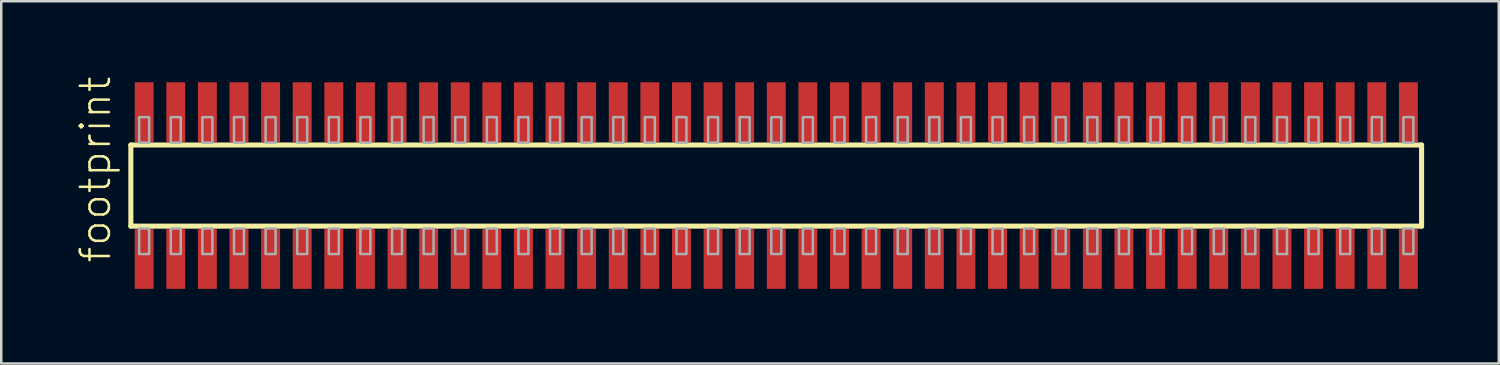
<source format=kicad_pcb>
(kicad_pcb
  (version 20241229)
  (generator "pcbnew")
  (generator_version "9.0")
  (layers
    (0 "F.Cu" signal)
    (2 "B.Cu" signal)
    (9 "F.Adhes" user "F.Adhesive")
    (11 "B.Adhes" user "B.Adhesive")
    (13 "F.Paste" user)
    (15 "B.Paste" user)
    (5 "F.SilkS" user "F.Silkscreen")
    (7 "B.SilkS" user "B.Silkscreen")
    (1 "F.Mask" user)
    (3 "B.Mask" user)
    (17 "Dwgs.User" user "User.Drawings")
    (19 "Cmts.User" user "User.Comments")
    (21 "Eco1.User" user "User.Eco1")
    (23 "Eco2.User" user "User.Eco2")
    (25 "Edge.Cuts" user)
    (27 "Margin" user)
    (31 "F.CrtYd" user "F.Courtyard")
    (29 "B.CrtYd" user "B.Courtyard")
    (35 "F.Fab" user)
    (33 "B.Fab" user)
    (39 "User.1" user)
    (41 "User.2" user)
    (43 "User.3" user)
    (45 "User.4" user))
  (footprint "footprint"
    (layer "F.Cu")
    (at 28.143 4.407)
    (property "Reference" "footprint" (at -26.67 3.175 90) (layer "F.SilkS") (effects (font (size 1.168 1.168) (thickness 0.102)) (justify left bottom)))
    (fp_line (start -25.935 -1.63) (end 25.93 -1.63) (stroke (width 0.203) (type solid)) (layer "F.SilkS"))
    (fp_line (start -25.935 1.63) (end -25.935 -1.63) (stroke (width 0.203) (type solid)) (layer "F.SilkS"))
    (fp_line (start 25.93 -1.63) (end 25.93 1.63) (stroke (width 0.203) (type solid)) (layer "F.SilkS"))
    (fp_line (start 25.93 1.63) (end -25.935 1.63) (stroke (width 0.203) (type solid)) (layer "F.SilkS"))
    (fp_poly (pts (xy -25.6 -1.725) (xy -25.2 -1.725) (xy -25.2 -2.75) (xy -25.6 -2.75)) (stroke (width 0.1) (type solid)) (fill no) (layer "F.Fab"))
    (fp_poly (pts (xy -25.2 1.725) (xy -25.6 1.725) (xy -25.6 2.75) (xy -25.2 2.75)) (stroke (width 0.1) (type solid)) (fill no) (layer "F.Fab"))
    (fp_poly (pts (xy -24.33 -1.725) (xy -23.93 -1.725) (xy -23.93 -2.75) (xy -24.33 -2.75)) (stroke (width 0.1) (type solid)) (fill no) (layer "F.Fab"))
    (fp_poly (pts (xy -23.93 1.725) (xy -24.33 1.725) (xy -24.33 2.75) (xy -23.93 2.75)) (stroke (width 0.1) (type solid)) (fill no) (layer "F.Fab"))
    (fp_poly (pts (xy -23.06 -1.725) (xy -22.66 -1.725) (xy -22.66 -2.75) (xy -23.06 -2.75)) (stroke (width 0.1) (type solid)) (fill no) (layer "F.Fab"))
    (fp_poly (pts (xy -22.66 1.725) (xy -23.06 1.725) (xy -23.06 2.75) (xy -22.66 2.75)) (stroke (width 0.1) (type solid)) (fill no) (layer "F.Fab"))
    (fp_poly (pts (xy -21.79 -1.725) (xy -21.39 -1.725) (xy -21.39 -2.75) (xy -21.79 -2.75)) (stroke (width 0.1) (type solid)) (fill no) (layer "F.Fab"))
    (fp_poly (pts (xy -21.39 1.725) (xy -21.79 1.725) (xy -21.79 2.75) (xy -21.39 2.75)) (stroke (width 0.1) (type solid)) (fill no) (layer "F.Fab"))
    (fp_poly (pts (xy -20.52 -1.725) (xy -20.12 -1.725) (xy -20.12 -2.75) (xy -20.52 -2.75)) (stroke (width 0.1) (type solid)) (fill no) (layer "F.Fab"))
    (fp_poly (pts (xy -20.12 1.725) (xy -20.52 1.725) (xy -20.52 2.75) (xy -20.12 2.75)) (stroke (width 0.1) (type solid)) (fill no) (layer "F.Fab"))
    (fp_poly (pts (xy -19.25 -1.725) (xy -18.85 -1.725) (xy -18.85 -2.75) (xy -19.25 -2.75)) (stroke (width 0.1) (type solid)) (fill no) (layer "F.Fab"))
    (fp_poly (pts (xy -18.85 1.725) (xy -19.25 1.725) (xy -19.25 2.75) (xy -18.85 2.75)) (stroke (width 0.1) (type solid)) (fill no) (layer "F.Fab"))
    (fp_poly (pts (xy -17.98 -1.725) (xy -17.58 -1.725) (xy -17.58 -2.75) (xy -17.98 -2.75)) (stroke (width 0.1) (type solid)) (fill no) (layer "F.Fab"))
    (fp_poly (pts (xy -17.58 1.725) (xy -17.98 1.725) (xy -17.98 2.75) (xy -17.58 2.75)) (stroke (width 0.1) (type solid)) (fill no) (layer "F.Fab"))
    (fp_poly (pts (xy -16.71 -1.725) (xy -16.31 -1.725) (xy -16.31 -2.75) (xy -16.71 -2.75)) (stroke (width 0.1) (type solid)) (fill no) (layer "F.Fab"))
    (fp_poly (pts (xy -16.31 1.725) (xy -16.71 1.725) (xy -16.71 2.75) (xy -16.31 2.75)) (stroke (width 0.1) (type solid)) (fill no) (layer "F.Fab"))
    (fp_poly (pts (xy -15.44 -1.725) (xy -15.04 -1.725) (xy -15.04 -2.75) (xy -15.44 -2.75)) (stroke (width 0.1) (type solid)) (fill no) (layer "F.Fab"))
    (fp_poly (pts (xy -15.04 1.725) (xy -15.44 1.725) (xy -15.44 2.75) (xy -15.04 2.75)) (stroke (width 0.1) (type solid)) (fill no) (layer "F.Fab"))
    (fp_poly (pts (xy -14.17 -1.725) (xy -13.77 -1.725) (xy -13.77 -2.75) (xy -14.17 -2.75)) (stroke (width 0.1) (type solid)) (fill no) (layer "F.Fab"))
    (fp_poly (pts (xy -13.77 1.725) (xy -14.17 1.725) (xy -14.17 2.75) (xy -13.77 2.75)) (stroke (width 0.1) (type solid)) (fill no) (layer "F.Fab"))
    (fp_poly (pts (xy -12.9 -1.725) (xy -12.5 -1.725) (xy -12.5 -2.75) (xy -12.9 -2.75)) (stroke (width 0.1) (type solid)) (fill no) (layer "F.Fab"))
    (fp_poly (pts (xy -12.5 1.725) (xy -12.9 1.725) (xy -12.9 2.75) (xy -12.5 2.75)) (stroke (width 0.1) (type solid)) (fill no) (layer "F.Fab"))
    (fp_poly (pts (xy -11.63 -1.725) (xy -11.23 -1.725) (xy -11.23 -2.75) (xy -11.63 -2.75)) (stroke (width 0.1) (type solid)) (fill no) (layer "F.Fab"))
    (fp_poly (pts (xy -11.23 1.725) (xy -11.63 1.725) (xy -11.63 2.75) (xy -11.23 2.75)) (stroke (width 0.1) (type solid)) (fill no) (layer "F.Fab"))
    (fp_poly (pts (xy -10.36 -1.725) (xy -9.96 -1.725) (xy -9.96 -2.75) (xy -10.36 -2.75)) (stroke (width 0.1) (type solid)) (fill no) (layer "F.Fab"))
    (fp_poly (pts (xy -9.96 1.725) (xy -10.36 1.725) (xy -10.36 2.75) (xy -9.96 2.75)) (stroke (width 0.1) (type solid)) (fill no) (layer "F.Fab"))
    (fp_poly (pts (xy -9.09 -1.725) (xy -8.69 -1.725) (xy -8.69 -2.75) (xy -9.09 -2.75)) (stroke (width 0.1) (type solid)) (fill no) (layer "F.Fab"))
    (fp_poly (pts (xy -8.69 1.725) (xy -9.09 1.725) (xy -9.09 2.75) (xy -8.69 2.75)) (stroke (width 0.1) (type solid)) (fill no) (layer "F.Fab"))
    (fp_poly (pts (xy -7.82 -1.725) (xy -7.42 -1.725) (xy -7.42 -2.75) (xy -7.82 -2.75)) (stroke (width 0.1) (type solid)) (fill no) (layer "F.Fab"))
    (fp_poly (pts (xy -7.42 1.725) (xy -7.82 1.725) (xy -7.82 2.75) (xy -7.42 2.75)) (stroke (width 0.1) (type solid)) (fill no) (layer "F.Fab"))
    (fp_poly (pts (xy -6.55 -1.725) (xy -6.15 -1.725) (xy -6.15 -2.75) (xy -6.55 -2.75)) (stroke (width 0.1) (type solid)) (fill no) (layer "F.Fab"))
    (fp_poly (pts (xy -6.15 1.725) (xy -6.55 1.725) (xy -6.55 2.75) (xy -6.15 2.75)) (stroke (width 0.1) (type solid)) (fill no) (layer "F.Fab"))
    (fp_poly (pts (xy -5.28 -1.725) (xy -4.88 -1.725) (xy -4.88 -2.75) (xy -5.28 -2.75)) (stroke (width 0.1) (type solid)) (fill no) (layer "F.Fab"))
    (fp_poly (pts (xy -4.88 1.725) (xy -5.28 1.725) (xy -5.28 2.75) (xy -4.88 2.75)) (stroke (width 0.1) (type solid)) (fill no) (layer "F.Fab"))
    (fp_poly (pts (xy -4.01 -1.725) (xy -3.61 -1.725) (xy -3.61 -2.75) (xy -4.01 -2.75)) (stroke (width 0.1) (type solid)) (fill no) (layer "F.Fab"))
    (fp_poly (pts (xy -3.61 1.725) (xy -4.01 1.725) (xy -4.01 2.75) (xy -3.61 2.75)) (stroke (width 0.1) (type solid)) (fill no) (layer "F.Fab"))
    (fp_poly (pts (xy -2.74 -1.725) (xy -2.34 -1.725) (xy -2.34 -2.75) (xy -2.74 -2.75)) (stroke (width 0.1) (type solid)) (fill no) (layer "F.Fab"))
    (fp_poly (pts (xy -2.34 1.725) (xy -2.74 1.725) (xy -2.74 2.75) (xy -2.34 2.75)) (stroke (width 0.1) (type solid)) (fill no) (layer "F.Fab"))
    (fp_poly (pts (xy -1.47 -1.725) (xy -1.07 -1.725) (xy -1.07 -2.75) (xy -1.47 -2.75)) (stroke (width 0.1) (type solid)) (fill no) (layer "F.Fab"))
    (fp_poly (pts (xy -1.07 1.725) (xy -1.47 1.725) (xy -1.47 2.75) (xy -1.07 2.75)) (stroke (width 0.1) (type solid)) (fill no) (layer "F.Fab"))
    (fp_poly (pts (xy -0.2 -1.725) (xy 0.2 -1.725) (xy 0.2 -2.75) (xy -0.2 -2.75)) (stroke (width 0.1) (type solid)) (fill no) (layer "F.Fab"))
    (fp_poly (pts (xy 0.2 1.725) (xy -0.2 1.725) (xy -0.2 2.75) (xy 0.2 2.75)) (stroke (width 0.1) (type solid)) (fill no) (layer "F.Fab"))
    (fp_poly (pts (xy 1.07 -1.725) (xy 1.47 -1.725) (xy 1.47 -2.75) (xy 1.07 -2.75)) (stroke (width 0.1) (type solid)) (fill no) (layer "F.Fab"))
    (fp_poly (pts (xy 1.47 1.725) (xy 1.07 1.725) (xy 1.07 2.75) (xy 1.47 2.75)) (stroke (width 0.1) (type solid)) (fill no) (layer "F.Fab"))
    (fp_poly (pts (xy 2.34 -1.725) (xy 2.74 -1.725) (xy 2.74 -2.75) (xy 2.34 -2.75)) (stroke (width 0.1) (type solid)) (fill no) (layer "F.Fab"))
    (fp_poly (pts (xy 2.74 1.725) (xy 2.34 1.725) (xy 2.34 2.75) (xy 2.74 2.75)) (stroke (width 0.1) (type solid)) (fill no) (layer "F.Fab"))
    (fp_poly (pts (xy 3.61 -1.725) (xy 4.01 -1.725) (xy 4.01 -2.75) (xy 3.61 -2.75)) (stroke (width 0.1) (type solid)) (fill no) (layer "F.Fab"))
    (fp_poly (pts (xy 4.01 1.725) (xy 3.61 1.725) (xy 3.61 2.75) (xy 4.01 2.75)) (stroke (width 0.1) (type solid)) (fill no) (layer "F.Fab"))
    (fp_poly (pts (xy 4.88 -1.725) (xy 5.28 -1.725) (xy 5.28 -2.75) (xy 4.88 -2.75)) (stroke (width 0.1) (type solid)) (fill no) (layer "F.Fab"))
    (fp_poly (pts (xy 5.28 1.725) (xy 4.88 1.725) (xy 4.88 2.75) (xy 5.28 2.75)) (stroke (width 0.1) (type solid)) (fill no) (layer "F.Fab"))
    (fp_poly (pts (xy 6.15 -1.725) (xy 6.55 -1.725) (xy 6.55 -2.75) (xy 6.15 -2.75)) (stroke (width 0.1) (type solid)) (fill no) (layer "F.Fab"))
    (fp_poly (pts (xy 6.55 1.725) (xy 6.15 1.725) (xy 6.15 2.75) (xy 6.55 2.75)) (stroke (width 0.1) (type solid)) (fill no) (layer "F.Fab"))
    (fp_poly (pts (xy 7.42 -1.725) (xy 7.82 -1.725) (xy 7.82 -2.75) (xy 7.42 -2.75)) (stroke (width 0.1) (type solid)) (fill no) (layer "F.Fab"))
    (fp_poly (pts (xy 7.82 1.725) (xy 7.42 1.725) (xy 7.42 2.75) (xy 7.82 2.75)) (stroke (width 0.1) (type solid)) (fill no) (layer "F.Fab"))
    (fp_poly (pts (xy 8.69 -1.725) (xy 9.09 -1.725) (xy 9.09 -2.75) (xy 8.69 -2.75)) (stroke (width 0.1) (type solid)) (fill no) (layer "F.Fab"))
    (fp_poly (pts (xy 9.09 1.725) (xy 8.69 1.725) (xy 8.69 2.75) (xy 9.09 2.75)) (stroke (width 0.1) (type solid)) (fill no) (layer "F.Fab"))
    (fp_poly (pts (xy 9.96 -1.725) (xy 10.36 -1.725) (xy 10.36 -2.75) (xy 9.96 -2.75)) (stroke (width 0.1) (type solid)) (fill no) (layer "F.Fab"))
    (fp_poly (pts (xy 10.36 1.725) (xy 9.96 1.725) (xy 9.96 2.75) (xy 10.36 2.75)) (stroke (width 0.1) (type solid)) (fill no) (layer "F.Fab"))
    (fp_poly (pts (xy 11.23 -1.725) (xy 11.63 -1.725) (xy 11.63 -2.75) (xy 11.23 -2.75)) (stroke (width 0.1) (type solid)) (fill no) (layer "F.Fab"))
    (fp_poly (pts (xy 11.63 1.725) (xy 11.23 1.725) (xy 11.23 2.75) (xy 11.63 2.75)) (stroke (width 0.1) (type solid)) (fill no) (layer "F.Fab"))
    (fp_poly (pts (xy 12.5 -1.725) (xy 12.9 -1.725) (xy 12.9 -2.75) (xy 12.5 -2.75)) (stroke (width 0.1) (type solid)) (fill no) (layer "F.Fab"))
    (fp_poly (pts (xy 12.9 1.725) (xy 12.5 1.725) (xy 12.5 2.75) (xy 12.9 2.75)) (stroke (width 0.1) (type solid)) (fill no) (layer "F.Fab"))
    (fp_poly (pts (xy 13.77 -1.725) (xy 14.17 -1.725) (xy 14.17 -2.75) (xy 13.77 -2.75)) (stroke (width 0.1) (type solid)) (fill no) (layer "F.Fab"))
    (fp_poly (pts (xy 14.17 1.725) (xy 13.77 1.725) (xy 13.77 2.75) (xy 14.17 2.75)) (stroke (width 0.1) (type solid)) (fill no) (layer "F.Fab"))
    (fp_poly (pts (xy 15.04 -1.725) (xy 15.44 -1.725) (xy 15.44 -2.75) (xy 15.04 -2.75)) (stroke (width 0.1) (type solid)) (fill no) (layer "F.Fab"))
    (fp_poly (pts (xy 15.44 1.725) (xy 15.04 1.725) (xy 15.04 2.75) (xy 15.44 2.75)) (stroke (width 0.1) (type solid)) (fill no) (layer "F.Fab"))
    (fp_poly (pts (xy 16.31 -1.725) (xy 16.71 -1.725) (xy 16.71 -2.75) (xy 16.31 -2.75)) (stroke (width 0.1) (type solid)) (fill no) (layer "F.Fab"))
    (fp_poly (pts (xy 16.71 1.725) (xy 16.31 1.725) (xy 16.31 2.75) (xy 16.71 2.75)) (stroke (width 0.1) (type solid)) (fill no) (layer "F.Fab"))
    (fp_poly (pts (xy 17.58 -1.725) (xy 17.98 -1.725) (xy 17.98 -2.75) (xy 17.58 -2.75)) (stroke (width 0.1) (type solid)) (fill no) (layer "F.Fab"))
    (fp_poly (pts (xy 17.98 1.725) (xy 17.58 1.725) (xy 17.58 2.75) (xy 17.98 2.75)) (stroke (width 0.1) (type solid)) (fill no) (layer "F.Fab"))
    (fp_poly (pts (xy 18.85 -1.725) (xy 19.25 -1.725) (xy 19.25 -2.75) (xy 18.85 -2.75)) (stroke (width 0.1) (type solid)) (fill no) (layer "F.Fab"))
    (fp_poly (pts (xy 19.25 1.725) (xy 18.85 1.725) (xy 18.85 2.75) (xy 19.25 2.75)) (stroke (width 0.1) (type solid)) (fill no) (layer "F.Fab"))
    (fp_poly (pts (xy 20.12 -1.725) (xy 20.52 -1.725) (xy 20.52 -2.75) (xy 20.12 -2.75)) (stroke (width 0.1) (type solid)) (fill no) (layer "F.Fab"))
    (fp_poly (pts (xy 20.52 1.725) (xy 20.12 1.725) (xy 20.12 2.75) (xy 20.52 2.75)) (stroke (width 0.1) (type solid)) (fill no) (layer "F.Fab"))
    (fp_poly (pts (xy 21.39 -1.725) (xy 21.79 -1.725) (xy 21.79 -2.75) (xy 21.39 -2.75)) (stroke (width 0.1) (type solid)) (fill no) (layer "F.Fab"))
    (fp_poly (pts (xy 21.79 1.725) (xy 21.39 1.725) (xy 21.39 2.75) (xy 21.79 2.75)) (stroke (width 0.1) (type solid)) (fill no) (layer "F.Fab"))
    (fp_poly (pts (xy 22.66 -1.725) (xy 23.06 -1.725) (xy 23.06 -2.75) (xy 22.66 -2.75)) (stroke (width 0.1) (type solid)) (fill no) (layer "F.Fab"))
    (fp_poly (pts (xy 23.06 1.725) (xy 22.66 1.725) (xy 22.66 2.75) (xy 23.06 2.75)) (stroke (width 0.1) (type solid)) (fill no) (layer "F.Fab"))
    (fp_poly (pts (xy 23.93 -1.725) (xy 24.33 -1.725) (xy 24.33 -2.75) (xy 23.93 -2.75)) (stroke (width 0.1) (type solid)) (fill no) (layer "F.Fab"))
    (fp_poly (pts (xy 24.33 1.725) (xy 23.93 1.725) (xy 23.93 2.75) (xy 24.33 2.75)) (stroke (width 0.1) (type solid)) (fill no) (layer "F.Fab"))
    (fp_poly (pts (xy 25.2 -1.725) (xy 25.6 -1.725) (xy 25.6 -2.75) (xy 25.2 -2.75)) (stroke (width 0.1) (type solid)) (fill no) (layer "F.Fab"))
    (fp_poly (pts (xy 25.6 1.725) (xy 25.2 1.725) (xy 25.2 2.75) (xy 25.6 2.75)) (stroke (width 0.1) (type solid)) (fill no) (layer "F.Fab"))
    (pad "1" smd rect (at -25.4 2.95) (size 0.76 2.4) (layers "F.Cu" "F.Mask" "F.Paste"))
    (pad "2" smd rect (at -25.4 -2.95) (size 0.76 2.4) (layers "F.Cu" "F.Mask" "F.Paste"))
    (pad "3" smd rect (at -24.13 2.95) (size 0.76 2.4) (layers "F.Cu" "F.Mask" "F.Paste"))
    (pad "4" smd rect (at -24.13 -2.95) (size 0.76 2.4) (layers "F.Cu" "F.Mask" "F.Paste"))
    (pad "5" smd rect (at -22.86 2.95) (size 0.76 2.4) (layers "F.Cu" "F.Mask" "F.Paste"))
    (pad "6" smd rect (at -22.86 -2.95) (size 0.76 2.4) (layers "F.Cu" "F.Mask" "F.Paste"))
    (pad "7" smd rect (at -21.59 2.95) (size 0.76 2.4) (layers "F.Cu" "F.Mask" "F.Paste"))
    (pad "8" smd rect (at -21.59 -2.95) (size 0.76 2.4) (layers "F.Cu" "F.Mask" "F.Paste"))
    (pad "9" smd rect (at -20.32 2.95) (size 0.76 2.4) (layers "F.Cu" "F.Mask" "F.Paste"))
    (pad "10" smd rect (at -20.32 -2.95) (size 0.76 2.4) (layers "F.Cu" "F.Mask" "F.Paste"))
    (pad "11" smd rect (at -19.05 2.95) (size 0.76 2.4) (layers "F.Cu" "F.Mask" "F.Paste"))
    (pad "12" smd rect (at -19.05 -2.95) (size 0.76 2.4) (layers "F.Cu" "F.Mask" "F.Paste"))
    (pad "13" smd rect (at -17.78 2.95) (size 0.76 2.4) (layers "F.Cu" "F.Mask" "F.Paste"))
    (pad "14" smd rect (at -17.78 -2.95) (size 0.76 2.4) (layers "F.Cu" "F.Mask" "F.Paste"))
    (pad "15" smd rect (at -16.51 2.95) (size 0.76 2.4) (layers "F.Cu" "F.Mask" "F.Paste"))
    (pad "16" smd rect (at -16.51 -2.95) (size 0.76 2.4) (layers "F.Cu" "F.Mask" "F.Paste"))
    (pad "17" smd rect (at -15.24 2.95) (size 0.76 2.4) (layers "F.Cu" "F.Mask" "F.Paste"))
    (pad "18" smd rect (at -15.24 -2.95) (size 0.76 2.4) (layers "F.Cu" "F.Mask" "F.Paste"))
    (pad "19" smd rect (at -13.97 2.95) (size 0.76 2.4) (layers "F.Cu" "F.Mask" "F.Paste"))
    (pad "20" smd rect (at -13.97 -2.95) (size 0.76 2.4) (layers "F.Cu" "F.Mask" "F.Paste"))
    (pad "21" smd rect (at -12.7 2.95) (size 0.76 2.4) (layers "F.Cu" "F.Mask" "F.Paste"))
    (pad "22" smd rect (at -12.7 -2.95) (size 0.76 2.4) (layers "F.Cu" "F.Mask" "F.Paste"))
    (pad "23" smd rect (at -11.43 2.95) (size 0.76 2.4) (layers "F.Cu" "F.Mask" "F.Paste"))
    (pad "24" smd rect (at -11.43 -2.95) (size 0.76 2.4) (layers "F.Cu" "F.Mask" "F.Paste"))
    (pad "25" smd rect (at -10.16 2.95) (size 0.76 2.4) (layers "F.Cu" "F.Mask" "F.Paste"))
    (pad "26" smd rect (at -10.16 -2.95) (size 0.76 2.4) (layers "F.Cu" "F.Mask" "F.Paste"))
    (pad "27" smd rect (at -8.89 2.95) (size 0.76 2.4) (layers "F.Cu" "F.Mask" "F.Paste"))
    (pad "28" smd rect (at -8.89 -2.95) (size 0.76 2.4) (layers "F.Cu" "F.Mask" "F.Paste"))
    (pad "29" smd rect (at -7.62 2.95) (size 0.76 2.4) (layers "F.Cu" "F.Mask" "F.Paste"))
    (pad "30" smd rect (at -7.62 -2.95) (size 0.76 2.4) (layers "F.Cu" "F.Mask" "F.Paste"))
    (pad "31" smd rect (at -6.35 2.95) (size 0.76 2.4) (layers "F.Cu" "F.Mask" "F.Paste"))
    (pad "32" smd rect (at -6.35 -2.95) (size 0.76 2.4) (layers "F.Cu" "F.Mask" "F.Paste"))
    (pad "33" smd rect (at -5.08 2.95) (size 0.76 2.4) (layers "F.Cu" "F.Mask" "F.Paste"))
    (pad "34" smd rect (at -5.08 -2.95) (size 0.76 2.4) (layers "F.Cu" "F.Mask" "F.Paste"))
    (pad "35" smd rect (at -3.81 2.95) (size 0.76 2.4) (layers "F.Cu" "F.Mask" "F.Paste"))
    (pad "36" smd rect (at -3.81 -2.95) (size 0.76 2.4) (layers "F.Cu" "F.Mask" "F.Paste"))
    (pad "37" smd rect (at -2.54 2.95) (size 0.76 2.4) (layers "F.Cu" "F.Mask" "F.Paste"))
    (pad "38" smd rect (at -2.54 -2.95) (size 0.76 2.4) (layers "F.Cu" "F.Mask" "F.Paste"))
    (pad "39" smd rect (at -1.27 2.95) (size 0.76 2.4) (layers "F.Cu" "F.Mask" "F.Paste"))
    (pad "40" smd rect (at -1.27 -2.95) (size 0.76 2.4) (layers "F.Cu" "F.Mask" "F.Paste"))
    (pad "41" smd rect (at 0 2.95) (size 0.76 2.4) (layers "F.Cu" "F.Mask" "F.Paste"))
    (pad "42" smd rect (at 0 -2.95) (size 0.76 2.4) (layers "F.Cu" "F.Mask" "F.Paste"))
    (pad "43" smd rect (at 1.27 2.95) (size 0.76 2.4) (layers "F.Cu" "F.Mask" "F.Paste"))
    (pad "44" smd rect (at 1.27 -2.95) (size 0.76 2.4) (layers "F.Cu" "F.Mask" "F.Paste"))
    (pad "45" smd rect (at 2.54 2.95) (size 0.76 2.4) (layers "F.Cu" "F.Mask" "F.Paste"))
    (pad "46" smd rect (at 2.54 -2.95) (size 0.76 2.4) (layers "F.Cu" "F.Mask" "F.Paste"))
    (pad "47" smd rect (at 3.81 2.95) (size 0.76 2.4) (layers "F.Cu" "F.Mask" "F.Paste"))
    (pad "48" smd rect (at 3.81 -2.95) (size 0.76 2.4) (layers "F.Cu" "F.Mask" "F.Paste"))
    (pad "49" smd rect (at 5.08 2.95) (size 0.76 2.4) (layers "F.Cu" "F.Mask" "F.Paste"))
    (pad "50" smd rect (at 5.08 -2.95) (size 0.76 2.4) (layers "F.Cu" "F.Mask" "F.Paste"))
    (pad "51" smd rect (at 6.35 2.95) (size 0.76 2.4) (layers "F.Cu" "F.Mask" "F.Paste"))
    (pad "52" smd rect (at 6.35 -2.95) (size 0.76 2.4) (layers "F.Cu" "F.Mask" "F.Paste"))
    (pad "53" smd rect (at 7.62 2.95) (size 0.76 2.4) (layers "F.Cu" "F.Mask" "F.Paste"))
    (pad "54" smd rect (at 7.62 -2.95) (size 0.76 2.4) (layers "F.Cu" "F.Mask" "F.Paste"))
    (pad "55" smd rect (at 8.89 2.95) (size 0.76 2.4) (layers "F.Cu" "F.Mask" "F.Paste"))
    (pad "56" smd rect (at 8.89 -2.95) (size 0.76 2.4) (layers "F.Cu" "F.Mask" "F.Paste"))
    (pad "57" smd rect (at 10.16 2.95) (size 0.76 2.4) (layers "F.Cu" "F.Mask" "F.Paste"))
    (pad "58" smd rect (at 10.16 -2.95) (size 0.76 2.4) (layers "F.Cu" "F.Mask" "F.Paste"))
    (pad "59" smd rect (at 11.43 2.95) (size 0.76 2.4) (layers "F.Cu" "F.Mask" "F.Paste"))
    (pad "60" smd rect (at 11.43 -2.95) (size 0.76 2.4) (layers "F.Cu" "F.Mask" "F.Paste"))
    (pad "61" smd rect (at 12.7 2.95) (size 0.76 2.4) (layers "F.Cu" "F.Mask" "F.Paste"))
    (pad "62" smd rect (at 12.7 -2.95) (size 0.76 2.4) (layers "F.Cu" "F.Mask" "F.Paste"))
    (pad "63" smd rect (at 13.97 2.95) (size 0.76 2.4) (layers "F.Cu" "F.Mask" "F.Paste"))
    (pad "64" smd rect (at 13.97 -2.95) (size 0.76 2.4) (layers "F.Cu" "F.Mask" "F.Paste"))
    (pad "65" smd rect (at 15.24 2.95) (size 0.76 2.4) (layers "F.Cu" "F.Mask" "F.Paste"))
    (pad "66" smd rect (at 15.24 -2.95) (size 0.76 2.4) (layers "F.Cu" "F.Mask" "F.Paste"))
    (pad "67" smd rect (at 16.51 2.95) (size 0.76 2.4) (layers "F.Cu" "F.Mask" "F.Paste"))
    (pad "68" smd rect (at 16.51 -2.95) (size 0.76 2.4) (layers "F.Cu" "F.Mask" "F.Paste"))
    (pad "69" smd rect (at 17.78 2.95) (size 0.76 2.4) (layers "F.Cu" "F.Mask" "F.Paste"))
    (pad "70" smd rect (at 17.78 -2.95) (size 0.76 2.4) (layers "F.Cu" "F.Mask" "F.Paste"))
    (pad "71" smd rect (at 19.05 2.95) (size 0.76 2.4) (layers "F.Cu" "F.Mask" "F.Paste"))
    (pad "72" smd rect (at 19.05 -2.95) (size 0.76 2.4) (layers "F.Cu" "F.Mask" "F.Paste"))
    (pad "73" smd rect (at 20.32 2.95) (size 0.76 2.4) (layers "F.Cu" "F.Mask" "F.Paste"))
    (pad "74" smd rect (at 20.32 -2.95) (size 0.76 2.4) (layers "F.Cu" "F.Mask" "F.Paste"))
    (pad "75" smd rect (at 21.59 2.95) (size 0.76 2.4) (layers "F.Cu" "F.Mask" "F.Paste"))
    (pad "76" smd rect (at 21.59 -2.95) (size 0.76 2.4) (layers "F.Cu" "F.Mask" "F.Paste"))
    (pad "77" smd rect (at 22.86 2.95) (size 0.76 2.4) (layers "F.Cu" "F.Mask" "F.Paste"))
    (pad "78" smd rect (at 22.86 -2.95) (size 0.76 2.4) (layers "F.Cu" "F.Mask" "F.Paste"))
    (pad "79" smd rect (at 24.13 2.95) (size 0.76 2.4) (layers "F.Cu" "F.Mask" "F.Paste"))
    (pad "80" smd rect (at 24.13 -2.95) (size 0.76 2.4) (layers "F.Cu" "F.Mask" "F.Paste"))
    (pad "81" smd rect (at 25.4 2.95) (size 0.76 2.4) (layers "F.Cu" "F.Mask" "F.Paste"))
    (pad "82" smd rect (at 25.4 -2.95) (size 0.76 2.4) (layers "F.Cu" "F.Mask" "F.Paste")))
  (gr_rect
    (start -3 -3)
    (end 57.175 11.557)
    (stroke (width 0.1) (type default))
    (fill no)
    (layer "Edge.Cuts")))
</source>
